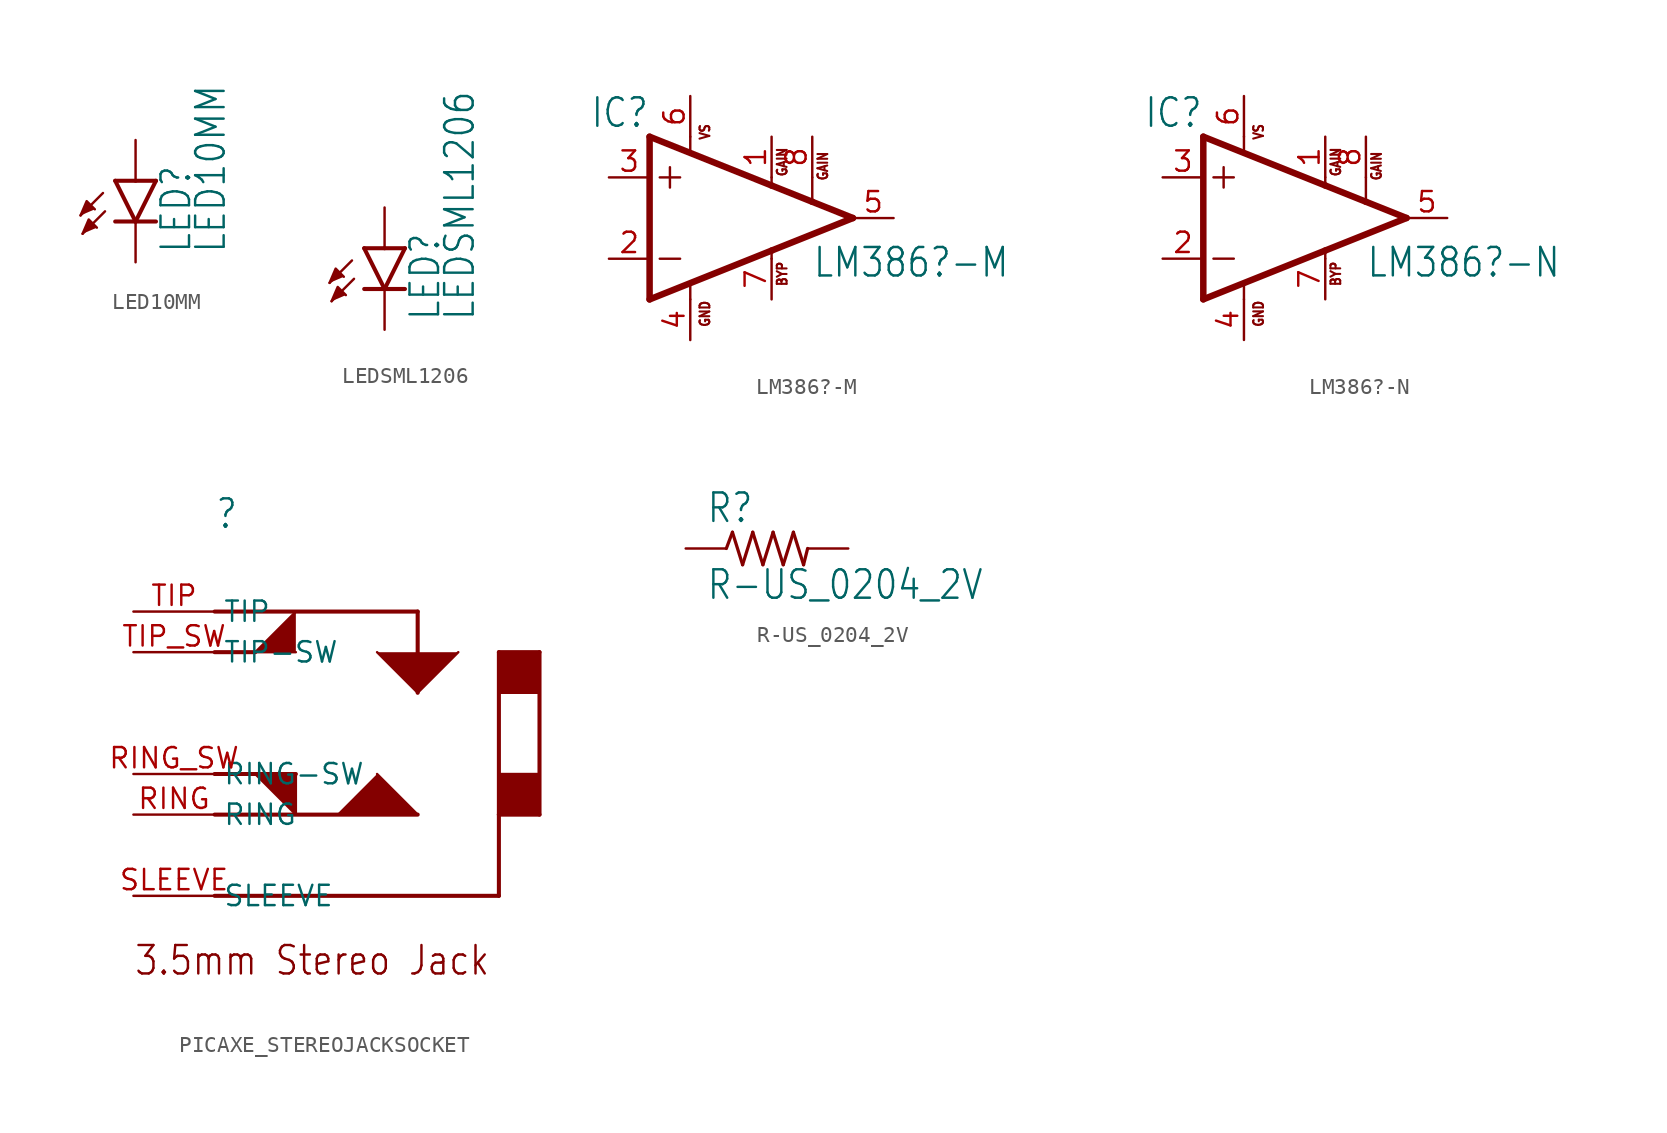
<source format=kicad_sym>
(kicad_symbol_lib
  (version 20200126)
  (host kicad_symbol_editor "(5.99.0-2281-g2f31bf278-dirty)")
  (symbol "LED10MM"
    (property "Reference" "LED"
      (at 3.556 -4.572 90)
      (effects (font (size 1.778 1.511)) (justify left bottom)))
    (property "Value" "LED10MM"
      (at 5.715 -4.572 90)
      (effects (font (size 1.778 1.511)) (justify left bottom)))
    (property "ki_locked" ""
      (at 0 0 0)
      (effects (font (size 1.27 1.27))))
    (symbol "LED10MM_1_0"
      (polyline (pts (xy 1.27 0) (xy 0 -2.54)) (stroke (width 0.254)) (fill (type none)))
      (polyline (pts (xy 0 -2.54) (xy -1.27 0)) (stroke (width 0.254)) (fill (type none)))
      (polyline (pts (xy 1.27 -2.54) (xy 0 -2.54)) (stroke (width 0.254)) (fill (type none)))
      (polyline (pts (xy 0 -2.54) (xy -1.27 -2.54)) (stroke (width 0.254)) (fill (type none)))
      (polyline (pts (xy 1.27 0) (xy 0 0)) (stroke (width 0.254)) (fill (type none)))
      (polyline (pts (xy 0 0) (xy -1.27 0)) (stroke (width 0.254)) (fill (type none)))
      (polyline (pts (xy -2.032 -0.762) (xy -3.429 -2.159)) (stroke (width 0.152)) (fill (type none)))
      (polyline (pts (xy -1.905 -1.905) (xy -3.302 -3.302)) (stroke (width 0.152)) (fill (type none)))
      (polyline (pts (xy -3.429 -2.159) (xy -3.048 -1.27) (xy -2.54 -1.778)) (stroke (width 0)) (fill (type outline)))
      (polyline (pts (xy -3.302 -3.302) (xy -2.921 -2.413) (xy -2.413 -2.921)) (stroke (width 0)) (fill (type outline)))
      (pin passive line (at 0 -5.08 90) (length 2.54) (name "C" (effects (font (size 0 0)))) (number "K" (effects (font (size 0 0)))))
      (pin passive line (at 0 2.54 270) (length 2.54) (name "A" (effects (font (size 0 0)))) (number "A" (effects (font (size 0 0)))))))
  (symbol "LEDSML1206"
    (property "Reference" "LED"
      (at 3.556 -4.572 90)
      (effects (font (size 1.778 1.511)) (justify left bottom)))
    (property "Value" "LEDSML1206"
      (at 5.715 -4.572 90)
      (effects (font (size 1.778 1.511)) (justify left bottom)))
    (property "ki_locked" ""
      (at 0 0 0)
      (effects (font (size 1.27 1.27))))
    (symbol "LEDSML1206_1_0"
      (polyline (pts (xy 1.27 0) (xy 0 -2.54)) (stroke (width 0.254)) (fill (type none)))
      (polyline (pts (xy 0 -2.54) (xy -1.27 0)) (stroke (width 0.254)) (fill (type none)))
      (polyline (pts (xy 1.27 -2.54) (xy 0 -2.54)) (stroke (width 0.254)) (fill (type none)))
      (polyline (pts (xy 0 -2.54) (xy -1.27 -2.54)) (stroke (width 0.254)) (fill (type none)))
      (polyline (pts (xy 1.27 0) (xy 0 0)) (stroke (width 0.254)) (fill (type none)))
      (polyline (pts (xy 0 0) (xy -1.27 0)) (stroke (width 0.254)) (fill (type none)))
      (polyline (pts (xy -2.032 -0.762) (xy -3.429 -2.159)) (stroke (width 0.152)) (fill (type none)))
      (polyline (pts (xy -1.905 -1.905) (xy -3.302 -3.302)) (stroke (width 0.152)) (fill (type none)))
      (polyline (pts (xy -3.429 -2.159) (xy -3.048 -1.27) (xy -2.54 -1.778)) (stroke (width 0)) (fill (type outline)))
      (polyline (pts (xy -3.302 -3.302) (xy -2.921 -2.413) (xy -2.413 -2.921)) (stroke (width 0)) (fill (type outline)))
      (pin passive line (at 0 -5.08 90) (length 2.54) (name "C" (effects (font (size 0 0)))) (number "C" (effects (font (size 0 0)))))
      (pin passive line (at 0 2.54 270) (length 2.54) (name "A" (effects (font (size 0 0)))) (number "A" (effects (font (size 0 0)))))))
  (symbol "LM386?-M"
    (property "Reference" "IC"
      (at -5.08 7.62 0)
      (effects (font (size 1.778 1.511)) (justify right top)))
    (property "Value" "LM386?-M"
      (at 5.08 -3.81 0)
      (effects (font (size 1.778 1.511)) (justify left bottom)))
    (property "ki_locked" ""
      (at 0 0 0)
      (effects (font (size 1.27 1.27))))
    (symbol "LM386?-M_1_0"
      (text "GAIN" (at 6.096 2.286 900) (effects (font (size 0.61 0.518)) (justify left bottom)))
      (text "GAIN" (at 3.556 2.54 900) (effects (font (size 0.61 0.518)) (justify left bottom)))
      (text "VS" (at -1.27 4.826 900) (effects (font (size 0.61 0.518)) (justify left bottom)))
      (text "GND" (at -1.27 -6.858 900) (effects (font (size 0.61 0.518)) (justify left bottom)))
      (text "BYP" (at 3.556 -4.318 900) (effects (font (size 0.61 0.518)) (justify left bottom)))
      (polyline (pts (xy -2.54 5.08) (xy -2.54 4.14)) (stroke (width 0.152)) (fill (type none)))
      (polyline (pts (xy -5.08 5.08) (xy -5.08 -5.08)) (stroke (width 0.406)) (fill (type none)))
      (polyline (pts (xy -5.08 -5.08) (xy 2.54 -2.032)) (stroke (width 0.406)) (fill (type none)))
      (polyline (pts (xy 2.54 -2.032) (xy 7.62 0)) (stroke (width 0.406)) (fill (type none)))
      (polyline (pts (xy 7.62 0) (xy 5.08 1.016)) (stroke (width 0.406)) (fill (type none)))
      (polyline (pts (xy 5.08 1.016) (xy 2.54 2.032)) (stroke (width 0.406)) (fill (type none)))
      (polyline (pts (xy 2.54 2.032) (xy -5.08 5.08)) (stroke (width 0.406)) (fill (type none)))
      (polyline (pts (xy -3.81 3.175) (xy -3.81 1.905)) (stroke (width 0.152)) (fill (type none)))
      (polyline (pts (xy -4.445 2.54) (xy -3.175 2.54)) (stroke (width 0.152)) (fill (type none)))
      (polyline (pts (xy -4.445 -2.54) (xy -3.175 -2.54)) (stroke (width 0.152)) (fill (type none)))
      (polyline (pts (xy -2.54 -4.14) (xy -2.54 -5.08)) (stroke (width 0.152)) (fill (type none)))
      (polyline (pts (xy 5.08 2.54) (xy 5.08 1.016)) (stroke (width 0.152)) (fill (type none)))
      (polyline (pts (xy 2.54 -2.54) (xy 2.54 -2.032)) (stroke (width 0.152)) (fill (type none)))
      (polyline (pts (xy 2.54 2.54) (xy 2.54 2.032)) (stroke (width 0.152)) (fill (type none)))
      (pin passive line (at 2.54 5.08 270) (length 2.54) (name "GAIN@1" (effects (font (size 0 0)))) (number "1" (effects (font (size 1.27 1.27)))))
      (pin input line (at -7.62 -2.54 0) (length 2.54) (name "-IN" (effects (font (size 0 0)))) (number "2" (effects (font (size 1.27 1.27)))))
      (pin input line (at -7.62 2.54 0) (length 2.54) (name "+IN" (effects (font (size 0 0)))) (number "3" (effects (font (size 1.27 1.27)))))
      (pin passive line (at 5.08 5.08 270) (length 2.54) (name "GAIN@2" (effects (font (size 0 0)))) (number "8" (effects (font (size 1.27 1.27)))))
      (pin output line (at 10.16 0 180) (length 2.54) (name "OUT" (effects (font (size 0 0)))) (number "5" (effects (font (size 1.27 1.27)))))
      (pin power_in line (at -2.54 7.62 270) (length 2.54) (name "VS" (effects (font (size 0 0)))) (number "6" (effects (font (size 1.27 1.27)))))
      (pin power_in line (at -2.54 -7.62 90) (length 2.54) (name "GND" (effects (font (size 0 0)))) (number "4" (effects (font (size 1.27 1.27)))))
      (pin passive line (at 2.54 -5.08 90) (length 2.54) (name "BYPASS" (effects (font (size 0 0)))) (number "7" (effects (font (size 1.27 1.27)))))))
  (symbol "LM386?-N"
    (property "Reference" "IC"
      (at -5.08 7.62 0)
      (effects (font (size 1.778 1.511)) (justify right top)))
    (property "Value" "LM386?-N"
      (at 5.08 -3.81 0)
      (effects (font (size 1.778 1.511)) (justify left bottom)))
    (property "ki_locked" ""
      (at 0 0 0)
      (effects (font (size 1.27 1.27))))
    (symbol "LM386?-N_1_0"
      (text "GAIN" (at 6.096 2.286 900) (effects (font (size 0.61 0.518)) (justify left bottom)))
      (text "GAIN" (at 3.556 2.54 900) (effects (font (size 0.61 0.518)) (justify left bottom)))
      (text "VS" (at -1.27 4.826 900) (effects (font (size 0.61 0.518)) (justify left bottom)))
      (text "GND" (at -1.27 -6.858 900) (effects (font (size 0.61 0.518)) (justify left bottom)))
      (text "BYP" (at 3.556 -4.318 900) (effects (font (size 0.61 0.518)) (justify left bottom)))
      (polyline (pts (xy -2.54 5.08) (xy -2.54 4.14)) (stroke (width 0.152)) (fill (type none)))
      (polyline (pts (xy -5.08 5.08) (xy -5.08 -5.08)) (stroke (width 0.406)) (fill (type none)))
      (polyline (pts (xy -5.08 -5.08) (xy 2.54 -2.032)) (stroke (width 0.406)) (fill (type none)))
      (polyline (pts (xy 2.54 -2.032) (xy 7.62 0)) (stroke (width 0.406)) (fill (type none)))
      (polyline (pts (xy 7.62 0) (xy 5.08 1.016)) (stroke (width 0.406)) (fill (type none)))
      (polyline (pts (xy 5.08 1.016) (xy 2.54 2.032)) (stroke (width 0.406)) (fill (type none)))
      (polyline (pts (xy 2.54 2.032) (xy -5.08 5.08)) (stroke (width 0.406)) (fill (type none)))
      (polyline (pts (xy -3.81 3.175) (xy -3.81 1.905)) (stroke (width 0.152)) (fill (type none)))
      (polyline (pts (xy -4.445 2.54) (xy -3.175 2.54)) (stroke (width 0.152)) (fill (type none)))
      (polyline (pts (xy -4.445 -2.54) (xy -3.175 -2.54)) (stroke (width 0.152)) (fill (type none)))
      (polyline (pts (xy -2.54 -4.14) (xy -2.54 -5.08)) (stroke (width 0.152)) (fill (type none)))
      (polyline (pts (xy 5.08 2.54) (xy 5.08 1.016)) (stroke (width 0.152)) (fill (type none)))
      (polyline (pts (xy 2.54 -2.54) (xy 2.54 -2.032)) (stroke (width 0.152)) (fill (type none)))
      (polyline (pts (xy 2.54 2.54) (xy 2.54 2.032)) (stroke (width 0.152)) (fill (type none)))
      (pin passive line (at 2.54 5.08 270) (length 2.54) (name "GAIN@1" (effects (font (size 0 0)))) (number "1" (effects (font (size 1.27 1.27)))))
      (pin input line (at -7.62 -2.54 0) (length 2.54) (name "-IN" (effects (font (size 0 0)))) (number "2" (effects (font (size 1.27 1.27)))))
      (pin input line (at -7.62 2.54 0) (length 2.54) (name "+IN" (effects (font (size 0 0)))) (number "3" (effects (font (size 1.27 1.27)))))
      (pin passive line (at 5.08 5.08 270) (length 2.54) (name "GAIN@2" (effects (font (size 0 0)))) (number "8" (effects (font (size 1.27 1.27)))))
      (pin output line (at 10.16 0 180) (length 2.54) (name "OUT" (effects (font (size 0 0)))) (number "5" (effects (font (size 1.27 1.27)))))
      (pin power_in line (at -2.54 7.62 270) (length 2.54) (name "VS" (effects (font (size 0 0)))) (number "6" (effects (font (size 1.27 1.27)))))
      (pin power_in line (at -2.54 -7.62 90) (length 2.54) (name "GND" (effects (font (size 0 0)))) (number "4" (effects (font (size 1.27 1.27)))))
      (pin passive line (at 2.54 -5.08 90) (length 2.54) (name "BYPASS" (effects (font (size 0 0)))) (number "7" (effects (font (size 1.27 1.27)))))))
  (symbol "PICAXE_STEREOJACKSOCKET"
    (property "Reference" ""
      (at 5.08 12.7 0)
      (effects (font (size 1.778 1.511)) (justify left bottom)))
    (property "ki_locked" ""
      (at 0 0 0)
      (effects (font (size 1.27 1.27))))
    (symbol "PICAXE_STEREOJACKSOCKET_1_0"
      (text "3.5mm Stereo Jack" (at 0 -15.24 0) (effects (font (size 1.778 1.511)) (justify left bottom)))
      (rectangle (start 22.86 -5.08) (end 25.4 -2.54) (stroke (width 0)) (fill (type outline)))
      (rectangle (start 22.86 2.54) (end 25.4 5.08) (stroke (width 0)) (fill (type outline)))
      (polyline (pts (xy 25.4 -5.08) (xy 22.86 -5.08)) (stroke (width 0.254)) (fill (type none)))
      (polyline (pts (xy 22.86 -5.08) (xy 22.86 5.08)) (stroke (width 0.254)) (fill (type none)))
      (polyline (pts (xy 22.86 5.08) (xy 25.4 5.08)) (stroke (width 0.254)) (fill (type none)))
      (polyline (pts (xy 25.4 5.08) (xy 25.4 -5.08)) (stroke (width 0.254)) (fill (type none)))
      (polyline (pts (xy 17.78 7.62) (xy 17.78 2.54)) (stroke (width 0.254)) (fill (type none)))
      (polyline (pts (xy 5.08 -10.16) (xy 22.86 -10.16)) (stroke (width 0.254)) (fill (type none)))
      (polyline (pts (xy 5.08 7.62) (xy 17.78 7.62)) (stroke (width 0.254)) (fill (type none)))
      (polyline (pts (xy 5.08 -5.08) (xy 17.78 -5.08)) (stroke (width 0.254)) (fill (type none)))
      (polyline (pts (xy 22.86 -5.08) (xy 22.86 -10.16)) (stroke (width 0.254)) (fill (type none)))
      (polyline (pts (xy 5.08 5.08) (xy 7.62 5.08)) (stroke (width 0.254)) (fill (type none)))
      (polyline (pts (xy 5.08 -2.54) (xy 10.16 -2.54)) (stroke (width 0.254)) (fill (type none)))
      (polyline (pts (xy 15.24 5.08) (xy 17.78 2.54) (xy 20.32 5.08)) (stroke (width 0)) (fill (type outline)))
      (polyline (pts (xy 12.7 -5.08) (xy 17.78 -5.08) (xy 15.24 -2.54)) (stroke (width 0)) (fill (type outline)))
      (polyline (pts (xy 10.16 5.08) (xy 7.62 5.08) (xy 10.16 7.62)) (stroke (width 0)) (fill (type outline)))
      (polyline (pts (xy 7.62 -2.54) (xy 10.16 -5.08) (xy 10.16 -2.54)) (stroke (width 0)) (fill (type outline)))
      (pin bidirectional line (at 0 7.62 0) (length 5.08) (name "TIP" (effects (font (size 1.27 1.27)))) (number "TIP" (effects (font (size 1.27 1.27)))))
      (pin bidirectional line (at 0 5.08 0) (length 5.08) (name "TIP-SW" (effects (font (size 1.27 1.27)))) (number "TIP_SW" (effects (font (size 1.27 1.27)))))
      (pin bidirectional line (at 0 -5.08 0) (length 5.08) (name "RING" (effects (font (size 1.27 1.27)))) (number "RING" (effects (font (size 1.27 1.27)))))
      (pin bidirectional line (at 0 -2.54 0) (length 5.08) (name "RING-SW" (effects (font (size 1.27 1.27)))) (number "RING_SW" (effects (font (size 1.27 1.27)))))
      (pin bidirectional line (at 0 -10.16 0) (length 5.08) (name "SLEEVE" (effects (font (size 1.27 1.27)))) (number "SLEEVE" (effects (font (size 1.27 1.27)))))))
  (symbol "R-US_0204_2V"
    (property "Reference" "R"
      (at -3.81 1.499 0)
      (effects (font (size 1.778 1.511)) (justify left bottom)))
    (property "Value" "R-US_0204_2V"
      (at -3.81 -3.302 0)
      (effects (font (size 1.778 1.511)) (justify left bottom)))
    (property "ki_locked" ""
      (at 0 0 0)
      (effects (font (size 1.27 1.27))))
    (symbol "R-US_0204_2V_1_0"
      (polyline (pts (xy -2.54 0) (xy -2.159 1.016)) (stroke (width 0.203)) (fill (type none)))
      (polyline (pts (xy -2.159 1.016) (xy -1.524 -1.016)) (stroke (width 0.203)) (fill (type none)))
      (polyline (pts (xy -1.524 -1.016) (xy -0.889 1.016)) (stroke (width 0.203)) (fill (type none)))
      (polyline (pts (xy -0.889 1.016) (xy -0.254 -1.016)) (stroke (width 0.203)) (fill (type none)))
      (polyline (pts (xy -0.254 -1.016) (xy 0.381 1.016)) (stroke (width 0.203)) (fill (type none)))
      (polyline (pts (xy 0.381 1.016) (xy 1.016 -1.016)) (stroke (width 0.203)) (fill (type none)))
      (polyline (pts (xy 1.016 -1.016) (xy 1.651 1.016)) (stroke (width 0.203)) (fill (type none)))
      (polyline (pts (xy 1.651 1.016) (xy 2.286 -1.016)) (stroke (width 0.203)) (fill (type none)))
      (polyline (pts (xy 2.286 -1.016) (xy 2.54 0)) (stroke (width 0.203)) (fill (type none)))
      (pin passive line (at 5.08 0 180) (length 2.54) (name "2" (effects (font (size 0 0)))) (number "2" (effects (font (size 0 0)))))
      (pin passive line (at -5.08 0 0) (length 2.54) (name "1" (effects (font (size 0 0)))) (number "1" (effects (font (size 0 0))))))))
</source>
